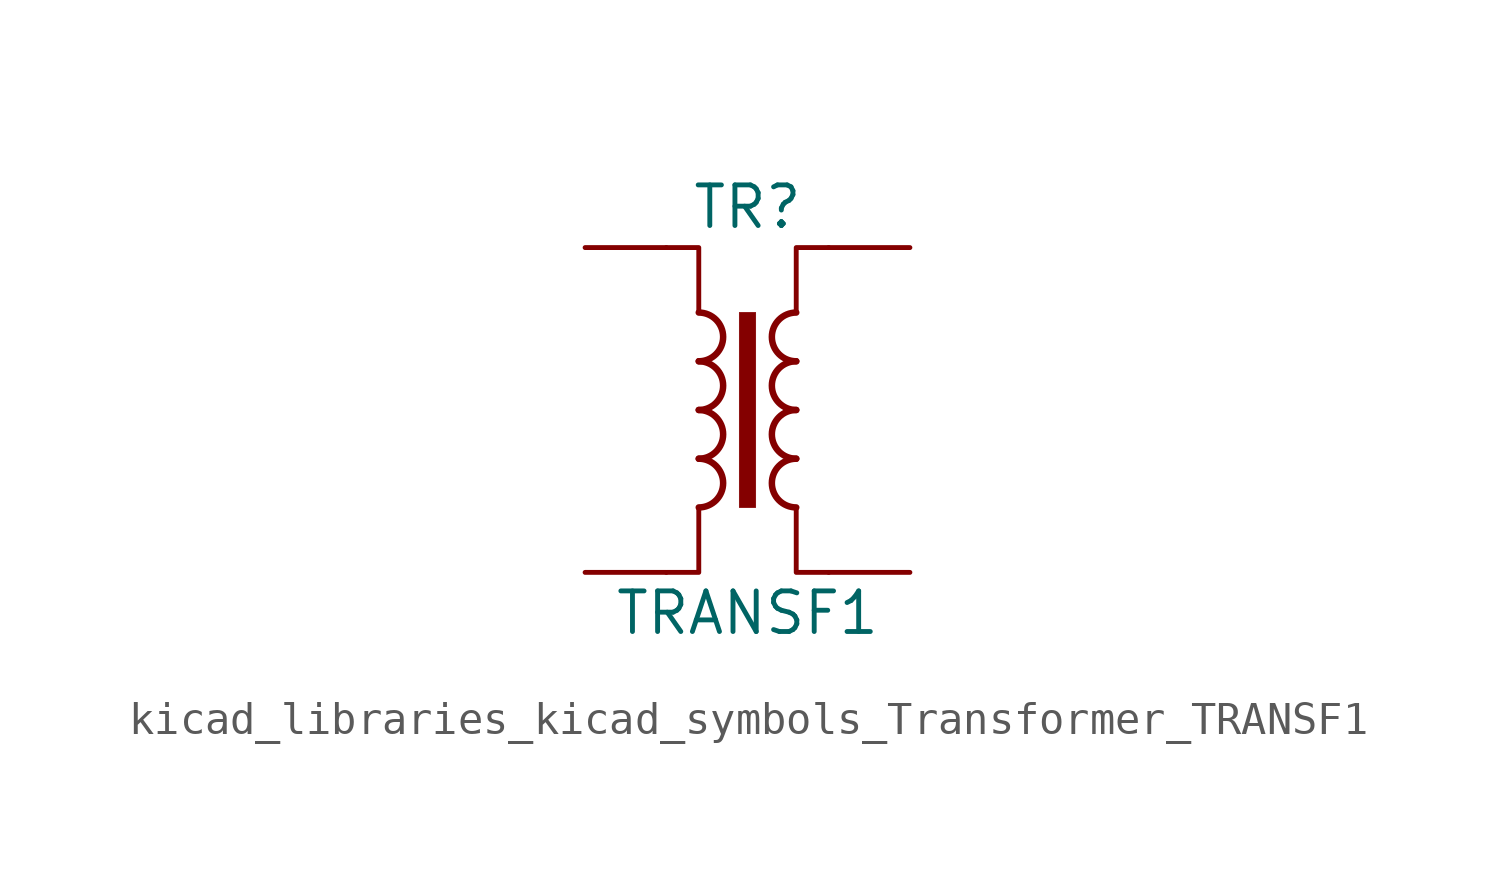
<source format=kicad_sym>
(kicad_symbol_lib
  (version 20220914)
  (generator kicad_symbol_editor)
  (symbol "kicad_libraries_kicad_symbols_Transformer_TRANSF1"
    (pin_numbers hide)
    (pin_names
      (offset 0))
    (property "Reference" "TR"
      (at 0 6.35 0)
      (effects (font (size 1.27 1.27))))
    (property "Value" "TRANSF1"
      (at 0 -6.35 0)
      (effects (font (size 1.27 1.27))))
    (symbol "kicad_libraries_kicad_symbols_Transformer_TRANSF1_0_1"
      (arc (start -1.524 -3.048) (mid -0.7653 -2.286) (end -1.524 -1.524) (stroke (width 0.2032) (type default)) (fill (type none)))
      (arc (start -1.524 -1.524) (mid -0.7653 -0.762) (end -1.524 0) (stroke (width 0.2032) (type default)) (fill (type none)))
      (arc (start -1.524 0) (mid -0.7653 0.762) (end -1.524 1.524) (stroke (width 0.2032) (type default)) (fill (type none)))
      (arc (start -1.524 1.524) (mid -0.7653 2.286) (end -1.524 3.048) (stroke (width 0.2032) (type default)) (fill (type none)))
      (rectangle (start -0.254 3.048) (end 0.254 -3.048) (stroke (width 0.025) (type default)) (fill (type outline)))
      (polyline (pts (xy -2.54 5.08) (xy -1.524 5.08) (xy -1.524 3.048) (xy -1.524 3.048)) (stroke (width 0.152) (type default)) (fill (type none)))
      (polyline (pts (xy -1.524 -3.048) (xy -1.524 -5.08) (xy -2.54 -5.08) (xy -2.54 -5.08)) (stroke (width 0.152) (type default)) (fill (type none)))
      (polyline (pts (xy 1.524 3.048) (xy 1.524 5.08) (xy 2.54 5.08) (xy 2.54 5.08)) (stroke (width 0.152) (type default)) (fill (type none)))
      (polyline (pts (xy 2.54 -5.08) (xy 1.524 -5.08) (xy 1.524 -3.048) (xy 1.524 -3.048)) (stroke (width 0.152) (type default)) (fill (type none)))
      (arc (start 1.524 -1.524) (mid 0.7653 -2.286) (end 1.524 -3.048) (stroke (width 0.2032) (type default)) (fill (type none)))
      (arc (start 1.524 0) (mid 0.7653 -0.762) (end 1.524 -1.524) (stroke (width 0.2032) (type default)) (fill (type none)))
      (arc (start 1.524 1.524) (mid 0.7653 0.762) (end 1.524 0) (stroke (width 0.2032) (type default)) (fill (type none)))
      (arc (start 1.524 3.048) (mid 0.7653 2.286) (end 1.524 1.524) (stroke (width 0.2032) (type default)) (fill (type none))))
    (symbol "kicad_libraries_kicad_symbols_Transformer_TRANSF1_1_1"
      (pin passive line (at -5.08 5.08 0) (length 2.54) (name "~" (effects (font (size 1.27 1.27)))) (number "1" (effects (font (size 1.27 1.27)))))
      (pin passive line (at -5.08 -5.08 0) (length 2.54) (name "~" (effects (font (size 1.27 1.27)))) (number "2" (effects (font (size 1.27 1.27)))))
      (pin passive line (at 5.08 -5.08 180) (length 2.54) (name "~" (effects (font (size 1.27 1.27)))) (number "3" (effects (font (size 1.27 1.27)))))
      (pin passive line (at 5.08 5.08 180) (length 2.54) (name "~" (effects (font (size 1.27 1.27)))) (number "4" (effects (font (size 1.27 1.27))))))))
</source>
